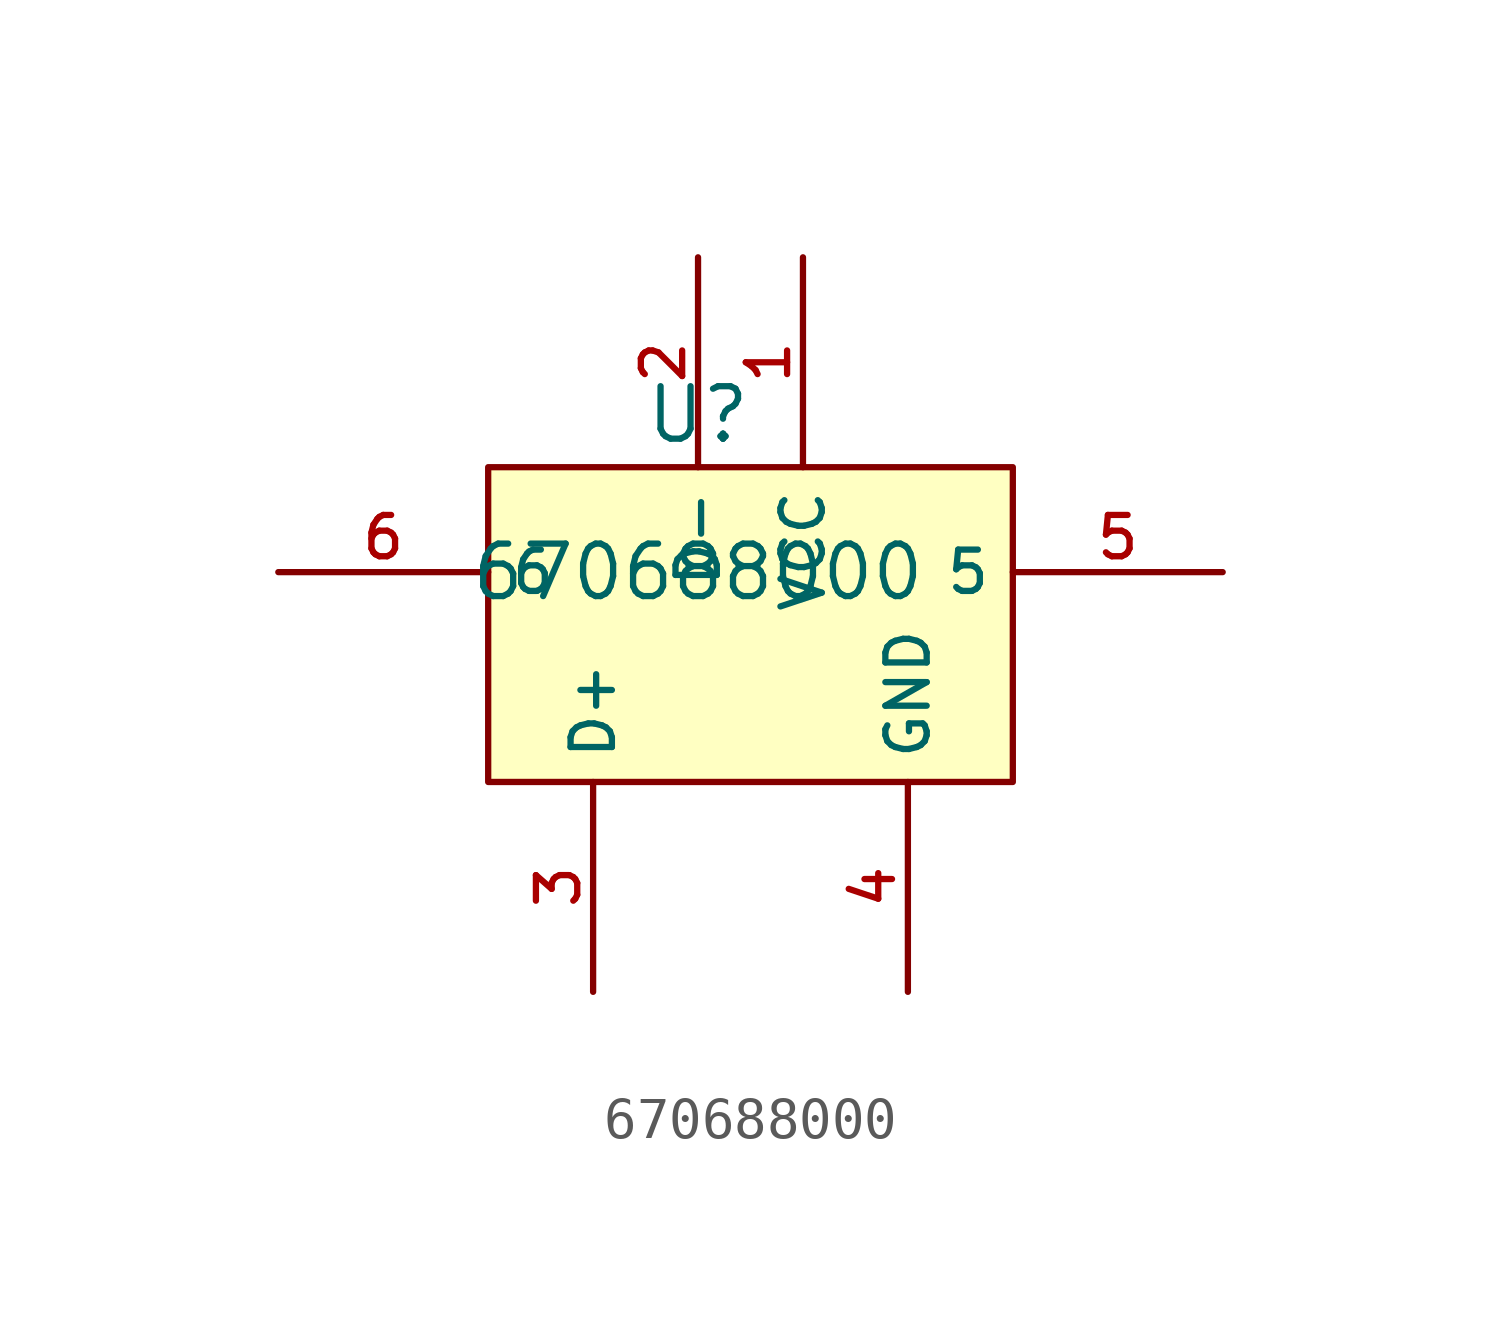
<source format=kicad_sym>
(kicad_symbol_lib
  (version 20210201)
  (generator TousstNicolas/JLC2KiCad_lib)
  (symbol "670688000"
    (property "Reference" "U"
      (at 0 1.27 0)
      (effects (font (size 1.27 1.27))))
    (property "Value" "670688000"
      (at 0 -2.54 0)
      (effects (font (size 1.27 1.27))))
    (symbol "670688000_0_1"
      (pin unspecified line (at 2.54 5.08 270) (length 5.08) (name "VCC" (effects (font (size 1 1)))) (number "1" (effects (font (size 1 1)))))
      (pin unspecified line (at 0.0 5.08 270) (length 5.08) (name "D-" (effects (font (size 1 1)))) (number "2" (effects (font (size 1 1)))))
      (pin unspecified line (at -2.54 -12.7 90) (length 5.08) (name "D+" (effects (font (size 1 1)))) (number "3" (effects (font (size 1 1)))))
      (pin unspecified line (at 5.08 -12.7 90) (length 5.08) (name "GND" (effects (font (size 1 1)))) (number "4" (effects (font (size 1 1)))))
      (pin unspecified line (at 12.7 -2.54 180) (length 5.08) (name "5" (effects (font (size 1 1)))) (number "5" (effects (font (size 1 1)))))
      (pin unspecified line (at -10.16 -2.54 0) (length 5.08) (name "6" (effects (font (size 1 1)))) (number "6" (effects (font (size 1 1)))))
      (rectangle (start -5.08 -0.0) (end 7.62 -7.62) (stroke (width 0) (type default) (color 0 0 0 0)) (fill (type background))))))
</source>
